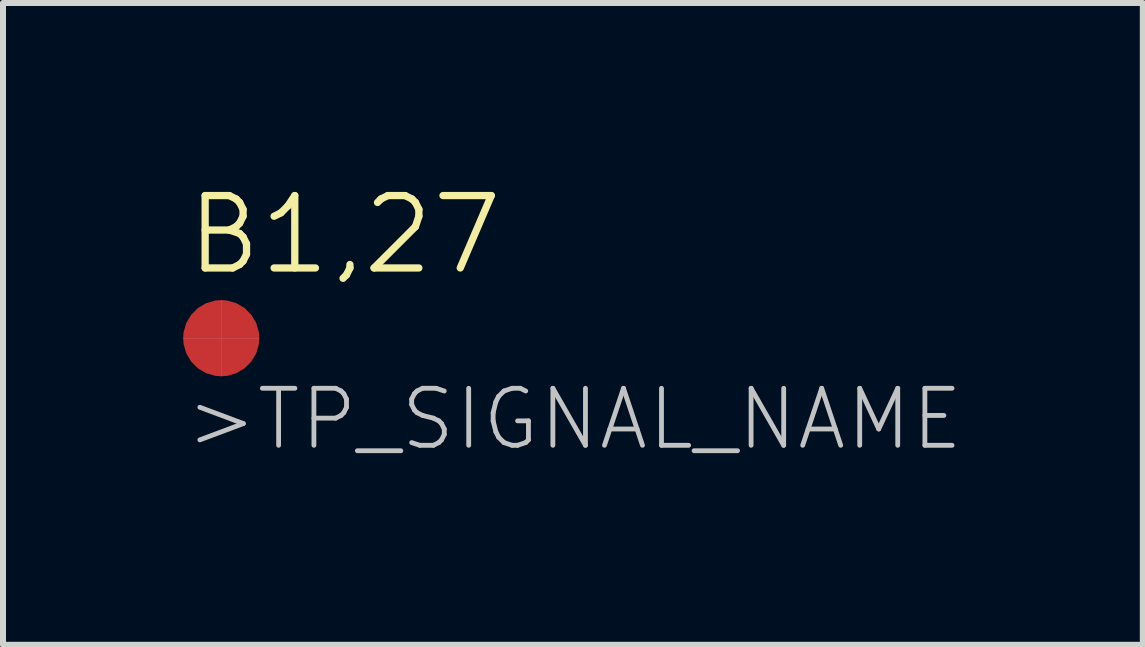
<source format=kicad_pcb>
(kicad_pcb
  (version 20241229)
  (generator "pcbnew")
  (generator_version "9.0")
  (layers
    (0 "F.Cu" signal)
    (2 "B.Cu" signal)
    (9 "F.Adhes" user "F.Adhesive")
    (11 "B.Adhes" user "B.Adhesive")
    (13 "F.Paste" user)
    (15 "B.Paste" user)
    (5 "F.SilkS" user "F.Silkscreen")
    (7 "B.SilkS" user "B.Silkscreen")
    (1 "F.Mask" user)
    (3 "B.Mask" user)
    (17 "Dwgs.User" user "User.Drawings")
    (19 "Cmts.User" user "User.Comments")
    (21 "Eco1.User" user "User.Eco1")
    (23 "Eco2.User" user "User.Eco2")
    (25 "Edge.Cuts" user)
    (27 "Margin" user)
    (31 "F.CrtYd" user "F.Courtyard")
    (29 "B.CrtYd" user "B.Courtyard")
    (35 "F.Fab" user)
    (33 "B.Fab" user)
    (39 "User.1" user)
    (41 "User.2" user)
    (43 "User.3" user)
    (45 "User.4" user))
  (footprint "B1,27"
    (layer "F.Cu")
    (at 0.636 2.584)
    (property "Reference" "B1,27" (at -0.635 -1.016 180) (layer "F.SilkS") (effects (font (size 1.206 1.206) (thickness 0.121)) (justify left bottom)))
    (attr through_hole)
    (fp_line (start -0.635 0) (end 0.635 0) (stroke (width 0.002) (type solid)) (layer "Dwgs.User"))
    (fp_line (start 0 -0.635) (end 0 0.635) (stroke (width 0.002) (type solid)) (layer "Dwgs.User"))
    (fp_text user ">TP_SIGNAL_NAME" (at -0.635 1.905 0) (layer "Dwgs.User") (effects (font (size 0.95 0.95) (thickness 0.08)) (justify left bottom)))
    (pad "TP" smd roundrect (at 0 0) (size 1.27 1.27) (layers "F.Cu" "F.Mask") (roundrect_rratio 0.5)))
  (gr_rect
    (start -3 -3)
    (end 15.989 7.692)
    (stroke (width 0.1) (type default))
    (fill no)
    (layer "Edge.Cuts")))
</source>
